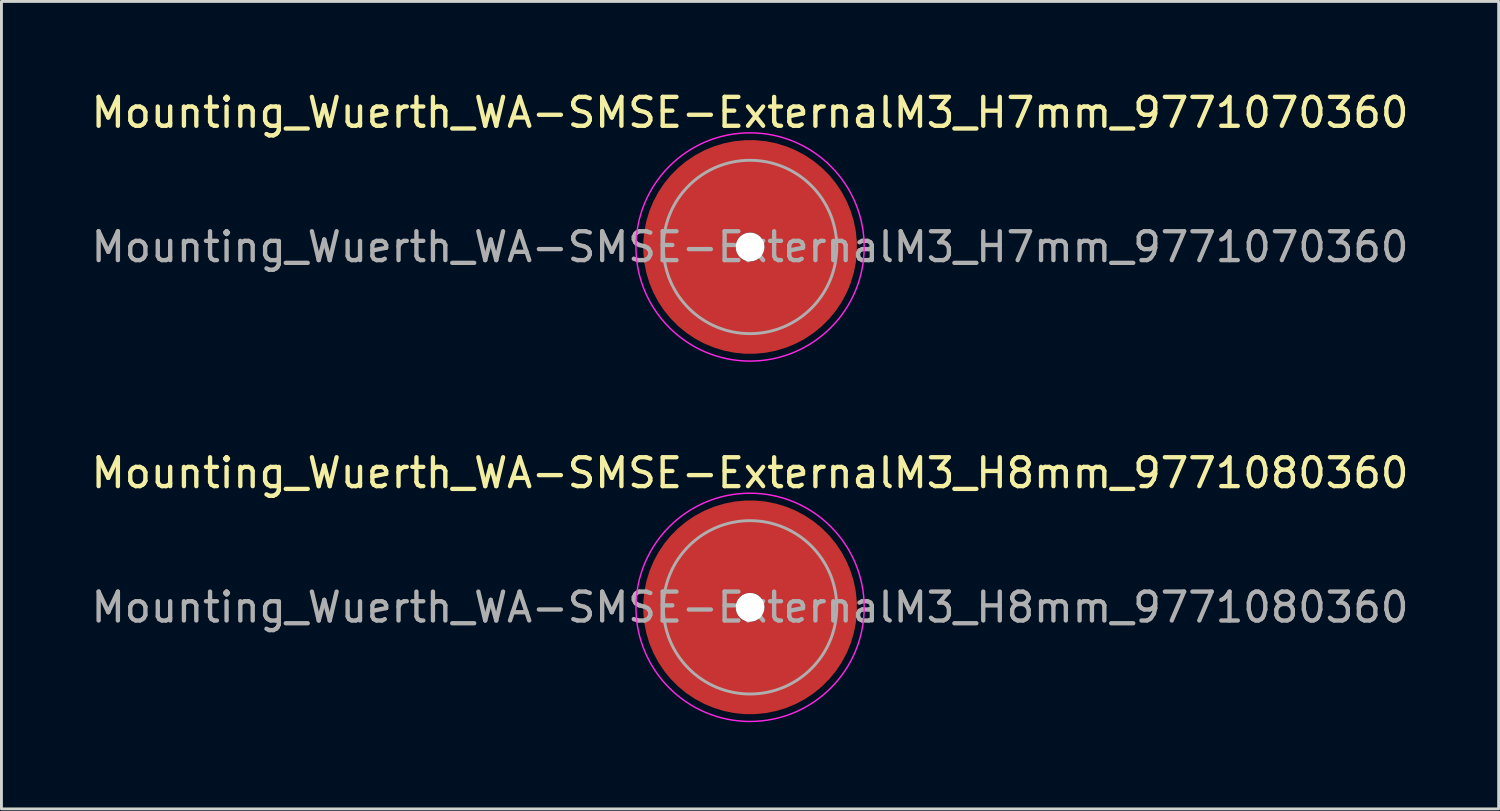
<source format=kicad_pcb>
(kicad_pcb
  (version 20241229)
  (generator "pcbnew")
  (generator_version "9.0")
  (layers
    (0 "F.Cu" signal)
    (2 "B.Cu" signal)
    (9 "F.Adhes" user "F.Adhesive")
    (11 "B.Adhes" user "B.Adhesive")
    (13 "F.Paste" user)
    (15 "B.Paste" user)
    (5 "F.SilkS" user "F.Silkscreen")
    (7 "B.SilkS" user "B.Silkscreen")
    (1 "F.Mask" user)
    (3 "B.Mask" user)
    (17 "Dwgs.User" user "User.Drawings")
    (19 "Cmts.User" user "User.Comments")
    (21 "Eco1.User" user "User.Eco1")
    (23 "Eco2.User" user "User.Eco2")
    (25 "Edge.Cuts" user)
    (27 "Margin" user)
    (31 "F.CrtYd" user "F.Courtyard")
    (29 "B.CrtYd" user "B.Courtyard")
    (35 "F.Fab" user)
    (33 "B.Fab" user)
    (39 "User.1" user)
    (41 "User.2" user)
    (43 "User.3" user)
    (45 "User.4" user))
  (footprint "Mounting_Wuerth_WA-SMSE-ExternalM3_H7mm_9771070360"
    (layer "F.Cu")
    (at 22.911 5.498)
    (property "Reference" "Mounting_Wuerth_WA-SMSE-ExternalM3_H7mm_9771070360" (at 0 -4.65 0) (layer "F.SilkS") (effects (font (size 1 1) (thickness 0.15))))
    (property "Mouser Part no." "" (at 0 0 0) (layer "F.Fab") (effects (font (size 1.27 1.27) (thickness 0.15))))
    (property "Mouser link" "" (at 0 0 0) (layer "F.Fab") (effects (font (size 1.27 1.27) (thickness 0.15))))
    (attr smd)
    (fp_circle (center 0 0) (end 3.95 0) (stroke (width 0.05) (type solid)) (fill no) (layer "F.CrtYd"))
    (fp_circle (center 0 0) (end 3 0) (stroke (width 0.1) (type solid)) (fill no) (layer "F.Fab"))
    (fp_text user "${REFERENCE}" (at 0 0 0) (layer "F.Fab") (effects (font (size 1 1) (thickness 0.15))))
    (pad "" smd custom (at 0 -2.1) (size 2.6 2.6) (layers "F.Paste") (options (anchor circle)) (primitives (gr_arc (start -0.305123 1.47) (mid -0.000513 1.4) (end 0.3042 1.469554) (width 0.2)) (gr_arc (start -0.493052 1.47) (mid -0.000664 1.3) (end 0.492006 1.469183) (width 0.2)) (gr_arc (start -0.642729 1.47) (mid -0.000361 1.2) (end 0.642223 1.469484) (width 0.2)) (gr_arc (start -0.776595 1.47) (mid -0.00087 1.1) (end 0.775497 1.468649) (width 0.2)) (gr_arc (start -0.901721 1.47) (mid -0.00018 1) (end 0.901515 1.469705) (width 0.2)) (gr_arc (start -1.021323 1.47) (mid -0.000665 0.9) (end 1.020624 1.468868) (width 0.2)) (gr_arc (start -1.137146 1.47) (mid -0.000289 0.8) (end 1.136866 1.469495) (width 0.2)) (gr_arc (start -1.25024 1.47) (mid -0.000155 0.7) (end 1.250101 1.469724) (width 0.2)) (gr_arc (start -1.361286 1.47) (mid -0.000403 0.6) (end 1.360947 1.469268) (width 0.2)) (gr_arc (start -1.470748 1.47) (mid -0.000334 0.5) (end 1.470485 1.469386) (width 0.2)) (gr_arc (start -1.578955 1.47) (mid -0.001427 0.400001) (end 1.577895 1.46735) (width 0.2)) (gr_arc (start -1.686149 1.47) (mid -0.000398 0.3) (end 1.68587 1.469254) (width 0.2)) (gr_arc (start -1.792512 1.47) (mid -0.001173 0.200001) (end 1.791733 1.467788) (width 0.2)) (gr_arc (start -1.898183 1.47) (mid -0.001368 0.100001) (end 1.89732 1.467404) (width 0.2)) (gr_arc (start -2.003272 1.47) (mid -0.001554 0.000001) (end 2.002338 1.467036) (width 0.2)) (gr_arc (start -2.107866 1.47) (mid -0.00037 -0.1) (end 2.107654 1.469292) (width 0.2)) (gr_arc (start -2.212035 1.47) (mid -0.00011 -0.2) (end 2.211975 1.469788) (width 0.2)) (gr_arc (start -2.315837 1.47) (mid -0.001322 -0.3) (end 2.315142 1.46745) (width 0.2)) (gr_arc (start -2.419318 1.47) (mid -0.000179 -0.4) (end 2.419228 1.469653) (width 0.2)) (gr_arc (start -2.522519 1.47) (mid -0.001235 -0.5) (end 2.521919 1.467604) (width 0.2)) (gr_arc (start -2.625471 1.47) (mid -0.000311 -0.6) (end 2.625326 1.469395) (width 0.2)) (gr_arc (start -2.728205 1.47) (mid -0.002303 -0.7) (end 2.727165 1.465513) (width 0.2)) (gr_arc (start -2.830742 1.47) (mid -0.000149 -0.8) (end 2.830677 1.469709) (width 0.2)) (gr_arc (start -2.933104 1.47) (mid -0.001447 -0.899999) (end 2.932495 1.46717) (width 0.2)) (gr_arc (start -3.035309 1.47) (mid -0.001317 -1) (end 3.034773 1.467421) (width 0.2)) (gr_arc (start -3.137372 1.47) (mid -0.002554 -1.099999) (end 3.136362 1.464993) (width 0.2)) (gr_arc (start -3.239305 1.47) (mid -0.002543 -1.199999) (end 3.23833 1.465008) (width 0.2)) (gr_arc (start -3.341123 1.47) (mid -0.001289 -1.3) (end 3.340644 1.467467) (width 0.2)) (gr_arc (start -3.442833 1.47) (mid -0.001847 -1.399999) (end 3.442166 1.466366) (width 0.2)) (gr_line (start 0.305 1.47) (end 3.443 1.47) (width 0.2)) (gr_line (start -0.305 1.47) (end -3.443 1.47) (width 0.2))))
    (pad "" np_thru_hole circle (at 0 0) (size 1 1) (drill 1) (layers "*.Cu" "*.Mask"))
    (pad "" smd custom (at 0 2.1) (size 2.6 2.6) (layers "F.Paste") (options (anchor circle)) (primitives (gr_arc (start 0.305123 -1.47) (mid 0.000513 -1.4) (end -0.3042 -1.469554) (width 0.2)) (gr_arc (start 0.493052 -1.47) (mid 0.000664 -1.3) (end -0.492006 -1.469183) (width 0.2)) (gr_arc (start 0.642729 -1.47) (mid 0.000361 -1.2) (end -0.642223 -1.469484) (width 0.2)) (gr_arc (start 0.776595 -1.47) (mid 0.00087 -1.1) (end -0.775497 -1.468649) (width 0.2)) (gr_arc (start 0.901721 -1.47) (mid 0.00018 -1) (end -0.901515 -1.469705) (width 0.2)) (gr_arc (start 1.021323 -1.47) (mid 0.000665 -0.9) (end -1.020624 -1.468868) (width 0.2)) (gr_arc (start 1.137146 -1.47) (mid 0.000289 -0.8) (end -1.136866 -1.469495) (width 0.2)) (gr_arc (start 1.25024 -1.47) (mid 0.000155 -0.7) (end -1.250101 -1.469724) (width 0.2)) (gr_arc (start 1.361286 -1.47) (mid 0.000403 -0.6) (end -1.360947 -1.469268) (width 0.2)) (gr_arc (start 1.470748 -1.47) (mid 0.000334 -0.5) (end -1.470485 -1.469386) (width 0.2)) (gr_arc (start 1.578955 -1.47) (mid 0.001427 -0.400001) (end -1.577895 -1.46735) (width 0.2)) (gr_arc (start 1.686149 -1.47) (mid 0.000398 -0.3) (end -1.68587 -1.469254) (width 0.2)) (gr_arc (start 1.792512 -1.47) (mid 0.001173 -0.200001) (end -1.791733 -1.467788) (width 0.2)) (gr_arc (start 1.898183 -1.47) (mid 0.001368 -0.100001) (end -1.89732 -1.467404) (width 0.2)) (gr_arc (start 2.003272 -1.47) (mid 0.001554 -0.000001) (end -2.002338 -1.467036) (width 0.2)) (gr_arc (start 2.107866 -1.47) (mid 0.00037 0.1) (end -2.107654 -1.469292) (width 0.2)) (gr_arc (start 2.212035 -1.47) (mid 0.00011 0.2) (end -2.211975 -1.469788) (width 0.2)) (gr_arc (start 2.315837 -1.47) (mid 0.001322 0.3) (end -2.315142 -1.46745) (width 0.2)) (gr_arc (start 2.419318 -1.47) (mid 0.000179 0.4) (end -2.419228 -1.469653) (width 0.2)) (gr_arc (start 2.522519 -1.47) (mid 0.001235 0.5) (end -2.521919 -1.467604) (width 0.2)) (gr_arc (start 2.625471 -1.47) (mid 0.000311 0.6) (end -2.625326 -1.469395) (width 0.2)) (gr_arc (start 2.728205 -1.47) (mid 0.002303 0.7) (end -2.727165 -1.465513) (width 0.2)) (gr_arc (start 2.830742 -1.47) (mid 0.000149 0.8) (end -2.830677 -1.469709) (width 0.2)) (gr_arc (start 2.933104 -1.47) (mid 0.001447 0.899999) (end -2.932495 -1.46717) (width 0.2)) (gr_arc (start 3.035309 -1.47) (mid 0.001317 1) (end -3.034773 -1.467421) (width 0.2)) (gr_arc (start 3.137372 -1.47) (mid 0.002554 1.099999) (end -3.136362 -1.464993) (width 0.2)) (gr_arc (start 3.239305 -1.47) (mid 0.002543 1.199999) (end -3.23833 -1.465008) (width 0.2)) (gr_arc (start 3.341123 -1.47) (mid 0.001289 1.3) (end -3.340644 -1.467467) (width 0.2)) (gr_arc (start 3.442833 -1.47) (mid 0.001847 1.399999) (end -3.442166 -1.466366) (width 0.2)) (gr_line (start -0.305 -1.47) (end -3.443 -1.47) (width 0.2)) (gr_line (start 0.305 -1.47) (end 3.443 -1.47) (width 0.2))))
    (pad "1" smd circle (at -2.1 0) (size 2.8 2.8) (layers "F.Cu"))
    (pad "1" smd circle (at 0 -2.1) (size 2.8 2.8) (layers "F.Cu"))
    (pad "1" smd circle (at 0 2.1) (size 2.8 2.8) (layers "F.Cu"))
    (pad "1" smd custom (at 2.1 0) (size 2.8 2.8) (layers "F.Cu" "F.Mask") (options (anchor circle)) (primitives (gr_circle (center -2.1 0) (end 0 0) (width 3.2) (fill no)))))
  (footprint "Mounting_Wuerth_WA-SMSE-ExternalM3_H8mm_9771080360"
    (layer "F.Cu")
    (at 22.911 17.971)
    (property "Reference" "Mounting_Wuerth_WA-SMSE-ExternalM3_H8mm_9771080360" (at 0 -4.65 0) (layer "F.SilkS") (effects (font (size 1 1) (thickness 0.15))))
    (property "Mouser Part no." "" (at 0 0 0) (layer "F.Fab") (effects (font (size 1.27 1.27) (thickness 0.15))))
    (property "Mouser link" "" (at 0 0 0) (layer "F.Fab") (effects (font (size 1.27 1.27) (thickness 0.15))))
    (attr smd)
    (fp_circle (center 0 0) (end 3.95 0) (stroke (width 0.05) (type solid)) (fill no) (layer "F.CrtYd"))
    (fp_circle (center 0 0) (end 3 0) (stroke (width 0.1) (type solid)) (fill no) (layer "F.Fab"))
    (fp_text user "${REFERENCE}" (at 0 0 0) (layer "F.Fab") (effects (font (size 1 1) (thickness 0.15))))
    (pad "" smd custom (at 0 -2.1) (size 2.6 2.6) (layers "F.Paste") (options (anchor circle)) (primitives (gr_arc (start -0.305123 1.47) (mid -0.000513 1.4) (end 0.3042 1.469554) (width 0.2)) (gr_arc (start -0.493052 1.47) (mid -0.000664 1.3) (end 0.492006 1.469183) (width 0.2)) (gr_arc (start -0.642729 1.47) (mid -0.000361 1.2) (end 0.642223 1.469484) (width 0.2)) (gr_arc (start -0.776595 1.47) (mid -0.00087 1.1) (end 0.775497 1.468649) (width 0.2)) (gr_arc (start -0.901721 1.47) (mid -0.00018 1) (end 0.901515 1.469705) (width 0.2)) (gr_arc (start -1.021323 1.47) (mid -0.000665 0.9) (end 1.020624 1.468868) (width 0.2)) (gr_arc (start -1.137146 1.47) (mid -0.000289 0.8) (end 1.136866 1.469495) (width 0.2)) (gr_arc (start -1.25024 1.47) (mid -0.000155 0.7) (end 1.250101 1.469724) (width 0.2)) (gr_arc (start -1.361286 1.47) (mid -0.000403 0.6) (end 1.360947 1.469268) (width 0.2)) (gr_arc (start -1.470748 1.47) (mid -0.000334 0.5) (end 1.470485 1.469386) (width 0.2)) (gr_arc (start -1.578955 1.47) (mid -0.001427 0.400001) (end 1.577895 1.46735) (width 0.2)) (gr_arc (start -1.686149 1.47) (mid -0.000398 0.3) (end 1.68587 1.469254) (width 0.2)) (gr_arc (start -1.792512 1.47) (mid -0.001173 0.200001) (end 1.791733 1.467788) (width 0.2)) (gr_arc (start -1.898183 1.47) (mid -0.001368 0.100001) (end 1.89732 1.467404) (width 0.2)) (gr_arc (start -2.003272 1.47) (mid -0.001554 0.000001) (end 2.002338 1.467036) (width 0.2)) (gr_arc (start -2.107866 1.47) (mid -0.00037 -0.1) (end 2.107654 1.469292) (width 0.2)) (gr_arc (start -2.212035 1.47) (mid -0.00011 -0.2) (end 2.211975 1.469788) (width 0.2)) (gr_arc (start -2.315837 1.47) (mid -0.001322 -0.3) (end 2.315142 1.46745) (width 0.2)) (gr_arc (start -2.419318 1.47) (mid -0.000179 -0.4) (end 2.419228 1.469653) (width 0.2)) (gr_arc (start -2.522519 1.47) (mid -0.001235 -0.5) (end 2.521919 1.467604) (width 0.2)) (gr_arc (start -2.625471 1.47) (mid -0.000311 -0.6) (end 2.625326 1.469395) (width 0.2)) (gr_arc (start -2.728205 1.47) (mid -0.002303 -0.7) (end 2.727165 1.465513) (width 0.2)) (gr_arc (start -2.830742 1.47) (mid -0.000149 -0.8) (end 2.830677 1.469709) (width 0.2)) (gr_arc (start -2.933104 1.47) (mid -0.001447 -0.899999) (end 2.932495 1.46717) (width 0.2)) (gr_arc (start -3.035309 1.47) (mid -0.001317 -1) (end 3.034773 1.467421) (width 0.2)) (gr_arc (start -3.137372 1.47) (mid -0.002554 -1.099999) (end 3.136362 1.464993) (width 0.2)) (gr_arc (start -3.239305 1.47) (mid -0.002543 -1.199999) (end 3.23833 1.465008) (width 0.2)) (gr_arc (start -3.341123 1.47) (mid -0.001289 -1.3) (end 3.340644 1.467467) (width 0.2)) (gr_arc (start -3.442833 1.47) (mid -0.001847 -1.399999) (end 3.442166 1.466366) (width 0.2)) (gr_line (start 0.305 1.47) (end 3.443 1.47) (width 0.2)) (gr_line (start -0.305 1.47) (end -3.443 1.47) (width 0.2))))
    (pad "" np_thru_hole circle (at 0 0) (size 1 1) (drill 1) (layers "*.Cu" "*.Mask"))
    (pad "" smd custom (at 0 2.1) (size 2.6 2.6) (layers "F.Paste") (options (anchor circle)) (primitives (gr_arc (start 0.305123 -1.47) (mid 0.000513 -1.4) (end -0.3042 -1.469554) (width 0.2)) (gr_arc (start 0.493052 -1.47) (mid 0.000664 -1.3) (end -0.492006 -1.469183) (width 0.2)) (gr_arc (start 0.642729 -1.47) (mid 0.000361 -1.2) (end -0.642223 -1.469484) (width 0.2)) (gr_arc (start 0.776595 -1.47) (mid 0.00087 -1.1) (end -0.775497 -1.468649) (width 0.2)) (gr_arc (start 0.901721 -1.47) (mid 0.00018 -1) (end -0.901515 -1.469705) (width 0.2)) (gr_arc (start 1.021323 -1.47) (mid 0.000665 -0.9) (end -1.020624 -1.468868) (width 0.2)) (gr_arc (start 1.137146 -1.47) (mid 0.000289 -0.8) (end -1.136866 -1.469495) (width 0.2)) (gr_arc (start 1.25024 -1.47) (mid 0.000155 -0.7) (end -1.250101 -1.469724) (width 0.2)) (gr_arc (start 1.361286 -1.47) (mid 0.000403 -0.6) (end -1.360947 -1.469268) (width 0.2)) (gr_arc (start 1.470748 -1.47) (mid 0.000334 -0.5) (end -1.470485 -1.469386) (width 0.2)) (gr_arc (start 1.578955 -1.47) (mid 0.001427 -0.400001) (end -1.577895 -1.46735) (width 0.2)) (gr_arc (start 1.686149 -1.47) (mid 0.000398 -0.3) (end -1.68587 -1.469254) (width 0.2)) (gr_arc (start 1.792512 -1.47) (mid 0.001173 -0.200001) (end -1.791733 -1.467788) (width 0.2)) (gr_arc (start 1.898183 -1.47) (mid 0.001368 -0.100001) (end -1.89732 -1.467404) (width 0.2)) (gr_arc (start 2.003272 -1.47) (mid 0.001554 -0.000001) (end -2.002338 -1.467036) (width 0.2)) (gr_arc (start 2.107866 -1.47) (mid 0.00037 0.1) (end -2.107654 -1.469292) (width 0.2)) (gr_arc (start 2.212035 -1.47) (mid 0.00011 0.2) (end -2.211975 -1.469788) (width 0.2)) (gr_arc (start 2.315837 -1.47) (mid 0.001322 0.3) (end -2.315142 -1.46745) (width 0.2)) (gr_arc (start 2.419318 -1.47) (mid 0.000179 0.4) (end -2.419228 -1.469653) (width 0.2)) (gr_arc (start 2.522519 -1.47) (mid 0.001235 0.5) (end -2.521919 -1.467604) (width 0.2)) (gr_arc (start 2.625471 -1.47) (mid 0.000311 0.6) (end -2.625326 -1.469395) (width 0.2)) (gr_arc (start 2.728205 -1.47) (mid 0.002303 0.7) (end -2.727165 -1.465513) (width 0.2)) (gr_arc (start 2.830742 -1.47) (mid 0.000149 0.8) (end -2.830677 -1.469709) (width 0.2)) (gr_arc (start 2.933104 -1.47) (mid 0.001447 0.899999) (end -2.932495 -1.46717) (width 0.2)) (gr_arc (start 3.035309 -1.47) (mid 0.001317 1) (end -3.034773 -1.467421) (width 0.2)) (gr_arc (start 3.137372 -1.47) (mid 0.002554 1.099999) (end -3.136362 -1.464993) (width 0.2)) (gr_arc (start 3.239305 -1.47) (mid 0.002543 1.199999) (end -3.23833 -1.465008) (width 0.2)) (gr_arc (start 3.341123 -1.47) (mid 0.001289 1.3) (end -3.340644 -1.467467) (width 0.2)) (gr_arc (start 3.442833 -1.47) (mid 0.001847 1.399999) (end -3.442166 -1.466366) (width 0.2)) (gr_line (start -0.305 -1.47) (end -3.443 -1.47) (width 0.2)) (gr_line (start 0.305 -1.47) (end 3.443 -1.47) (width 0.2))))
    (pad "1" smd circle (at -2.1 0) (size 2.8 2.8) (layers "F.Cu"))
    (pad "1" smd circle (at 0 -2.1) (size 2.8 2.8) (layers "F.Cu"))
    (pad "1" smd circle (at 0 2.1) (size 2.8 2.8) (layers "F.Cu"))
    (pad "1" smd custom (at 2.1 0) (size 2.8 2.8) (layers "F.Cu" "F.Mask") (options (anchor circle)) (primitives (gr_circle (center -2.1 0) (end 0 0) (width 3.2) (fill no)))))
  (gr_rect
    (start -3 -3)
    (end 48.821 24.947)
    (stroke (width 0.1) (type default))
    (fill no)
    (layer "Edge.Cuts")))
</source>
